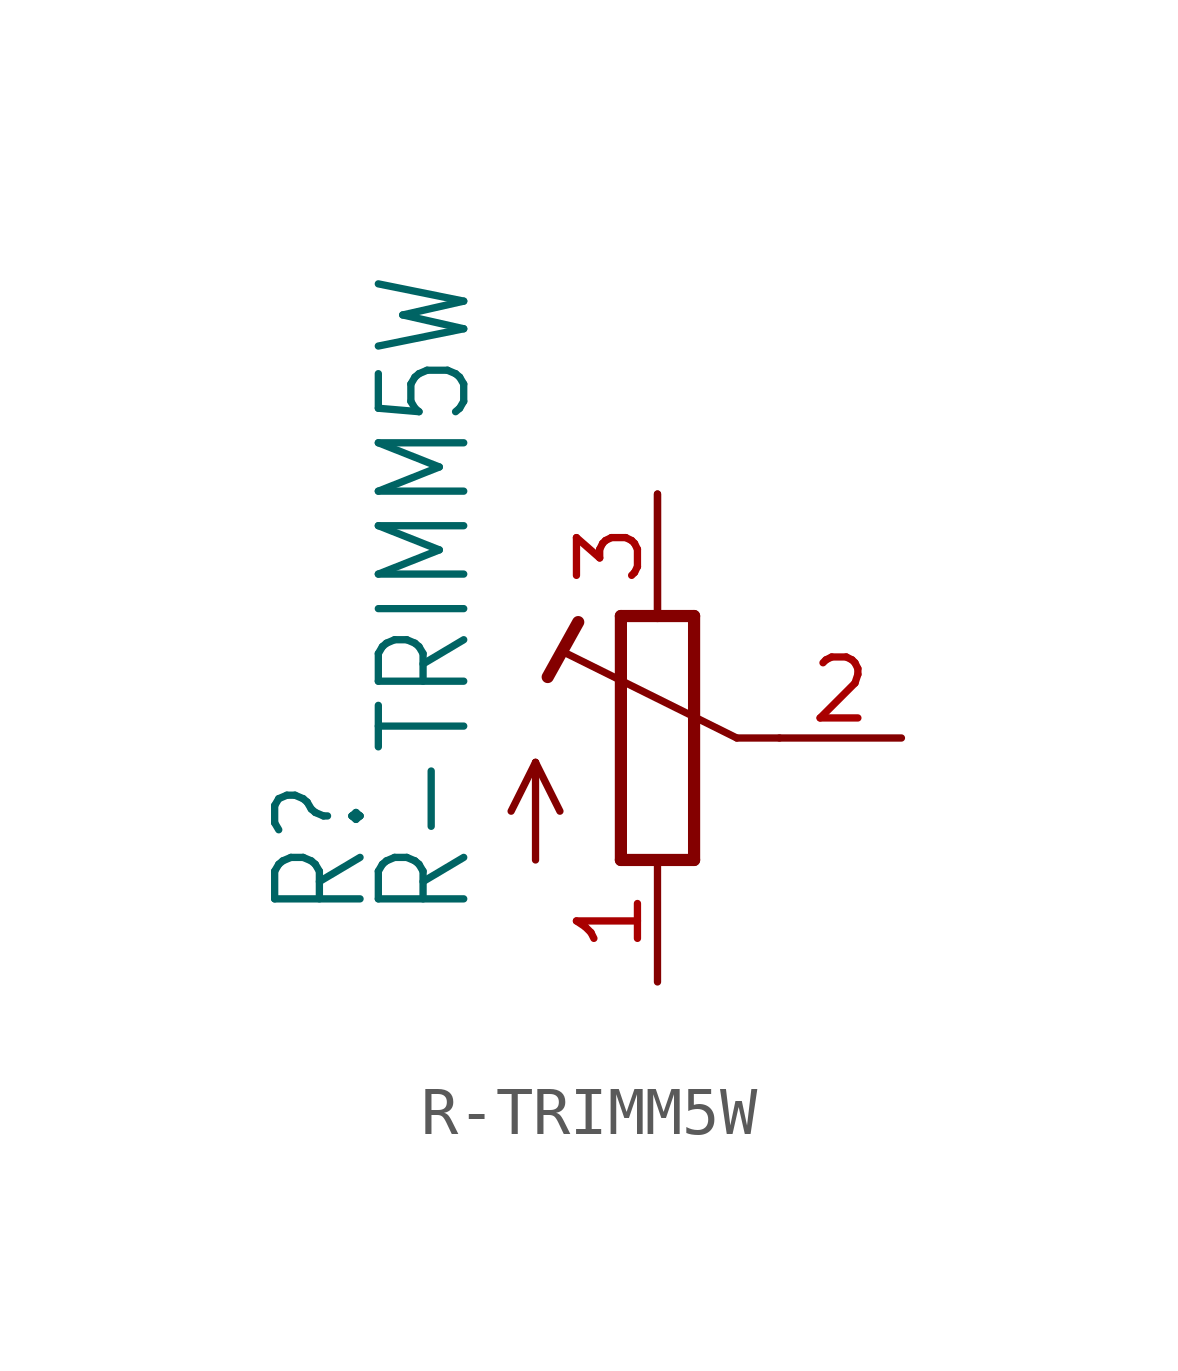
<source format=kicad_sym>
(kicad_symbol_lib
  (version 20211014)
  (generator kicad_symbol_editor)
  (symbol "R-TRIMM5W"
    (property "Reference" "R"
      (at -5.969 -3.81 90)
      (effects (font (size 1.778 1.511)) (justify left bottom)))
    (property "Value" "R-TRIMM5W"
      (at -3.81 -3.81 90)
      (effects (font (size 1.778 1.511)) (justify left bottom)))
    (property "ki_locked" ""
      (at 0 0 0)
      (effects (font (size 1.27 1.27))))
    (symbol "R-TRIMM5W_1_0"
      (polyline (pts (xy -2.54 -2.54) (xy -2.54 -0.508)) (stroke (width 0.152) (type default) (color 0 0 0 0)) (fill (type none)))
      (polyline (pts (xy -2.54 -0.508) (xy -3.048 -1.524)) (stroke (width 0.152) (type default) (color 0 0 0 0)) (fill (type none)))
      (polyline (pts (xy -2.54 -0.508) (xy -2.032 -1.524)) (stroke (width 0.152) (type default) (color 0 0 0 0)) (fill (type none)))
      (polyline (pts (xy -2.286 1.27) (xy -1.651 2.413)) (stroke (width 0.254) (type default) (color 0 0 0 0)) (fill (type none)))
      (polyline (pts (xy -0.762 -2.54) (xy 0.762 -2.54)) (stroke (width 0.254) (type default) (color 0 0 0 0)) (fill (type none)))
      (polyline (pts (xy -0.762 2.54) (xy -0.762 -2.54)) (stroke (width 0.254) (type default) (color 0 0 0 0)) (fill (type none)))
      (polyline (pts (xy 0 2.54) (xy -0.762 2.54)) (stroke (width 0.254) (type default) (color 0 0 0 0)) (fill (type none)))
      (polyline (pts (xy 0 2.54) (xy 0 5.08)) (stroke (width 0.152) (type default) (color 0 0 0 0)) (fill (type none)))
      (polyline (pts (xy 0.762 -2.54) (xy 0.762 2.54)) (stroke (width 0.254) (type default) (color 0 0 0 0)) (fill (type none)))
      (polyline (pts (xy 0.762 2.54) (xy 0 2.54)) (stroke (width 0.254) (type default) (color 0 0 0 0)) (fill (type none)))
      (polyline (pts (xy 1.651 0) (xy -1.88 1.753)) (stroke (width 0.152) (type default) (color 0 0 0 0)) (fill (type none)))
      (polyline (pts (xy 2.54 0) (xy 1.651 0)) (stroke (width 0.152) (type default) (color 0 0 0 0)) (fill (type none)))
      (pin passive line (at 0 -5.08 90) (length 2.54) (name "E" (effects (font (size 0 0)))) (number "1" (effects (font (size 1.27 1.27)))))
      (pin passive line (at 5.08 0 180) (length 2.54) (name "S" (effects (font (size 0 0)))) (number "2" (effects (font (size 1.27 1.27)))))
      (pin passive line (at 0 5.08 270) (length 2.54) (name "A" (effects (font (size 0 0)))) (number "3" (effects (font (size 1.27 1.27))))))))
</source>
